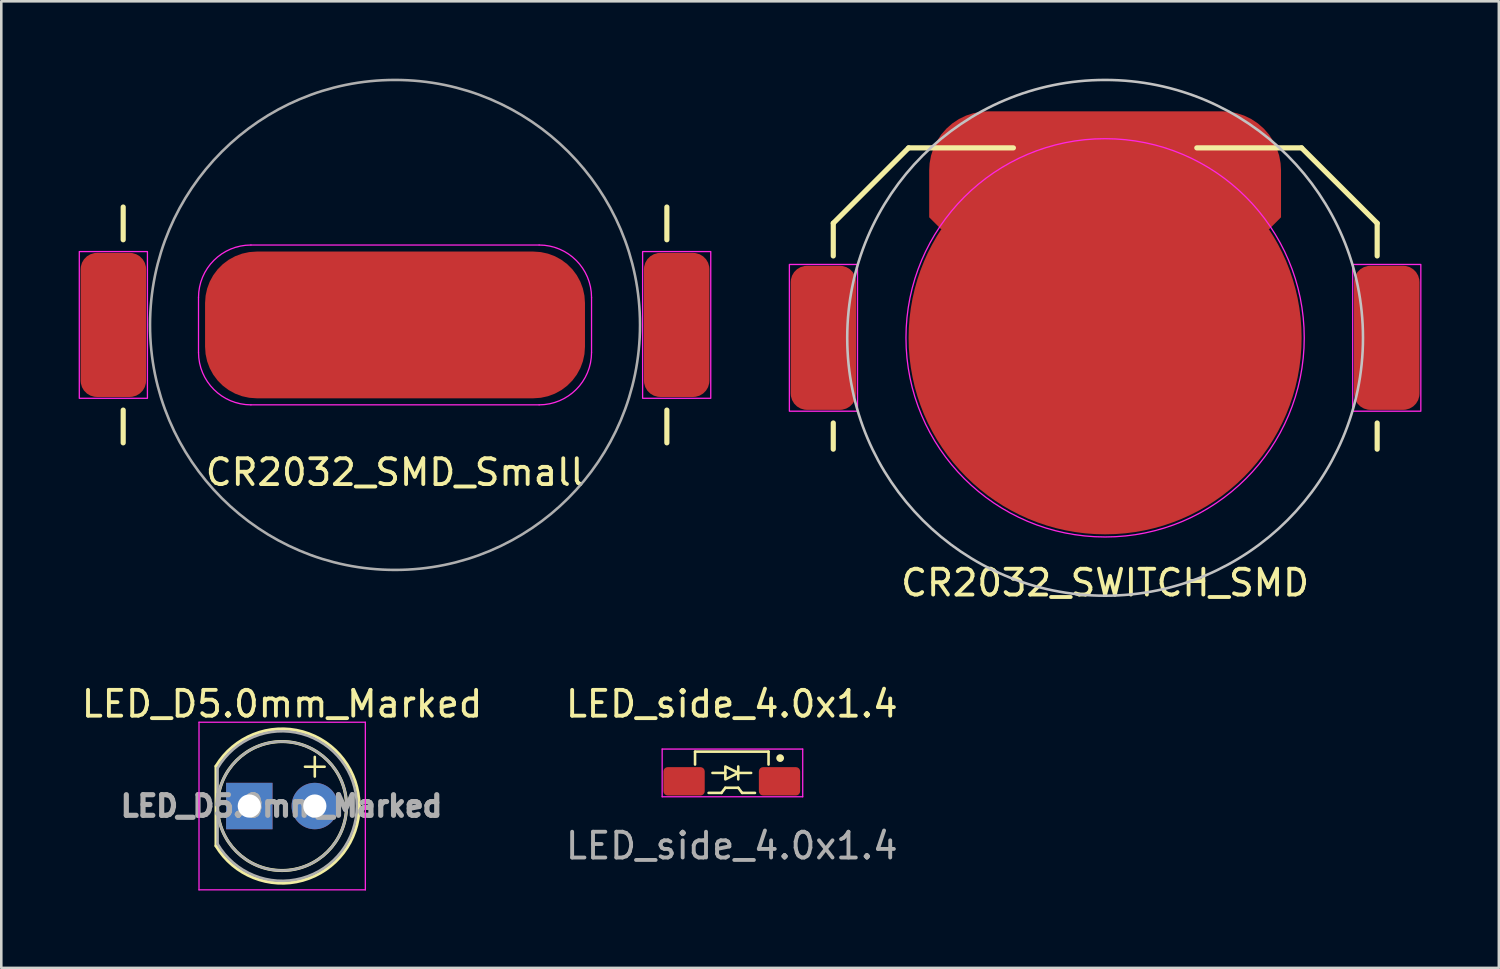
<source format=kicad_pcb>
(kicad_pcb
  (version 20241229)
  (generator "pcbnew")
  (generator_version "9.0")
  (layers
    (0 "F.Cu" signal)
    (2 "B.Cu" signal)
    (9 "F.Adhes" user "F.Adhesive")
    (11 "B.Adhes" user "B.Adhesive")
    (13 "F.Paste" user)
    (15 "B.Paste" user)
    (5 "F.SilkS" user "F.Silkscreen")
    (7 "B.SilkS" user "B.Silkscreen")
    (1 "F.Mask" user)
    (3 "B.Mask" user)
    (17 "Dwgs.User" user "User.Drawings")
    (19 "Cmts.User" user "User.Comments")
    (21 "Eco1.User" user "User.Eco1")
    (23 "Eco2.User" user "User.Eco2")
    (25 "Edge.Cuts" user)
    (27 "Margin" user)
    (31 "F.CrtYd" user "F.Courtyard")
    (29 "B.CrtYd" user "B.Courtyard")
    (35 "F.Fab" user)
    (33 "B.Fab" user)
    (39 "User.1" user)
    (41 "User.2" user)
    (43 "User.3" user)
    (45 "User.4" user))
  (footprint "LED_D5.0mm_Marked"
    (layer "F.Cu")
    (at 7.867 28.206)
    (property "Reference" "LED_D5.0mm_Marked" (at 0.02 -3.96 0) (layer "F.SilkS") (effects (font (size 1 1) (thickness 0.15))))
    (attr through_hole)
    (fp_line (start -2.54 -1.545) (end -2.54 1.545) (stroke (width 0.12) (type solid)) (layer "F.SilkS"))
    (fp_line (start 0.909 -1.524) (end 1.671 -1.524) (stroke (width 0.1) (type default)) (layer "F.SilkS"))
    (fp_line (start 1.29 -1.143) (end 1.29 -1.905) (stroke (width 0.1) (type default)) (layer "F.SilkS"))
    (fp_arc (start -2.54 -1.54483) (mid 0.822002 -2.880433) (end 3.01 0.000462) (stroke (width 0.12) (type solid)) (layer "F.SilkS"))
    (fp_arc (start 3.01 -0.000462) (mid 0.822002 2.880433) (end -2.54 1.54483) (stroke (width 0.12) (type solid)) (layer "F.SilkS"))
    (fp_circle (center 0.02 0) (end 2.52 0) (stroke (width 0.12) (type solid)) (fill no) (layer "F.SilkS"))
    (fp_line (start -3.2 -3.25) (end -3.2 3.25) (stroke (width 0.05) (type solid)) (layer "F.CrtYd"))
    (fp_line (start -3.2 3.25) (end 3.25 3.25) (stroke (width 0.05) (type solid)) (layer "F.CrtYd"))
    (fp_line (start 3.25 -3.25) (end -3.2 -3.25) (stroke (width 0.05) (type solid)) (layer "F.CrtYd"))
    (fp_line (start 3.25 3.25) (end 3.25 -3.25) (stroke (width 0.05) (type solid)) (layer "F.CrtYd"))
    (fp_line (start -2.48 -1.47) (end -2.48 1.47) (stroke (width 0.1) (type solid)) (layer "F.Fab"))
    (fp_arc (start -2.48 -1.469694) (mid 2.92 0.000016) (end -2.480016 1.469666) (stroke (width 0.1) (type solid)) (layer "F.Fab"))
    (fp_circle (center 0.02 0) (end 2.52 0) (stroke (width 0.1) (type solid)) (fill no) (layer "F.Fab"))
    (fp_text user "${REFERENCE}" (at 0 0 0) (layer "F.Fab") (effects (font (size 0.8 0.8) (thickness 0.2))))
    (pad "1" thru_hole rect (at -1.25 0) (size 1.8 1.8) (drill 0.9) (layers "*.Cu" "*.Mask"))
    (pad "2" thru_hole circle (at 1.29 0) (size 1.8 1.8) (drill 0.9) (layers "*.Cu" "*.Mask")))
  (footprint "LED_side_4.0x1.4"
    (layer "F.Cu")
    (at 25.327 27.247)
    (property "Reference" "LED_side_4.0x1.4" (at 0 -3 0) (unlocked yes) (layer "F.SilkS") (effects (font (size 1 1) (thickness 0.15))))
    (attr smd)
    (fp_line (start -1.425 -1.15) (end 1.425 -1.15) (stroke (width 0.1) (type default)) (layer "F.SilkS"))
    (fp_line (start -1.425 -0.65) (end -1.425 -1.15) (stroke (width 0.1) (type default)) (layer "F.SilkS"))
    (fp_line (start -0.9 0.45) (end -0.4 0.45) (stroke (width 0.1) (type default)) (layer "F.SilkS"))
    (fp_line (start -0.75 -0.325) (end -0.25 -0.325) (stroke (width 0.1) (type default)) (layer "F.SilkS"))
    (fp_line (start -0.4 0.45) (end -0.25 0.25) (stroke (width 0.1) (type default)) (layer "F.SilkS"))
    (fp_line (start -0.25 0.25) (end 0.25 0.25) (stroke (width 0.1) (type default)) (layer "F.SilkS"))
    (fp_line (start 0.25 -0.575) (end 0.25 -0.075) (stroke (width 0.1) (type default)) (layer "F.SilkS"))
    (fp_line (start 0.25 -0.325) (end 0.75 -0.325) (stroke (width 0.1) (type default)) (layer "F.SilkS"))
    (fp_line (start 0.4 0.45) (end 0.25 0.25) (stroke (width 0.1) (type default)) (layer "F.SilkS"))
    (fp_line (start 0.9 0.45) (end 0.4 0.45) (stroke (width 0.1) (type default)) (layer "F.SilkS"))
    (fp_line (start 1.425 -0.65) (end 1.425 -1.15) (stroke (width 0.1) (type default)) (layer "F.SilkS"))
    (fp_circle (center 1.875 -0.9) (end 1.875 -1) (stroke (width 0.1) (type default)) (fill yes) (layer "F.SilkS"))
    (fp_poly (pts (xy 0.25 -0.325) (xy -0.25 -0.075) (xy -0.25 -0.575)) (stroke (width 0.1) (type solid)) (fill no) (layer "F.SilkS"))
    (fp_line (start -2.7 -1.25) (end -2.7 0.6) (stroke (width 0.05) (type default)) (layer "F.CrtYd"))
    (fp_line (start -2.7 0.6) (end 2.75 0.6) (stroke (width 0.05) (type default)) (layer "F.CrtYd"))
    (fp_line (start 2.75 -1.25) (end -2.7 -1.25) (stroke (width 0.05) (type default)) (layer "F.CrtYd"))
    (fp_line (start 2.75 0.6) (end 2.75 -1.25) (stroke (width 0.05) (type default)) (layer "F.CrtYd"))
    (fp_text user "${REFERENCE}" (at 0 2.5 0) (unlocked yes) (layer "F.Fab") (effects (font (size 1 1) (thickness 0.15))))
    (pad "1" smd roundrect (at 1.85 0) (size 1.6 1.1) (layers "F.Cu" "F.Mask" "F.Paste") (roundrect_rratio 0.15))
    (pad "2" smd roundrect (at -1.85 0) (size 1.6 1.1) (layers "F.Cu" "F.Mask" "F.Paste") (roundrect_rratio 0.15)))
  (footprint "CR2032_SMD_Small"
    (layer "F.Cu")
    (at 12.268 9.55)
    (property "Reference" "CR2032_SMD_Small" (at 0 5.715 0) (unlocked yes) (layer "F.SilkS") (effects (font (size 1 1) (thickness 0.15))))
    (attr smd)
    (fp_line (start -10.541 -4.572) (end -10.541 -3.302) (stroke (width 0.2) (type default)) (layer "F.SilkS"))
    (fp_line (start -10.541 4.572) (end -10.541 3.302) (stroke (width 0.2) (type default)) (layer "F.SilkS"))
    (fp_line (start 10.541 -4.572) (end 10.541 -3.302) (stroke (width 0.2) (type default)) (layer "F.SilkS"))
    (fp_line (start 10.541 4.572) (end 10.541 3.302) (stroke (width 0.2) (type default)) (layer "F.SilkS"))
    (fp_line (start -7.62 -1.067) (end -7.62 1.067) (stroke (width 0.05) (type default)) (layer "F.CrtYd"))
    (fp_line (start -5.588 3.099) (end 5.588 3.099) (stroke (width 0.05) (type default)) (layer "F.CrtYd"))
    (fp_line (start 5.588 -3.099) (end -5.588 -3.099) (stroke (width 0.05) (type default)) (layer "F.CrtYd"))
    (fp_line (start 7.62 1.067) (end 7.62 -1.067) (stroke (width 0.05) (type default)) (layer "F.CrtYd"))
    (fp_rect (start -12.243 -2.845) (end -9.601 2.845) (stroke (width 0.05) (type default)) (fill no) (layer "F.CrtYd"))
    (fp_rect (start 9.601 -2.845) (end 12.243 2.845) (stroke (width 0.05) (type default)) (fill no) (layer "F.CrtYd"))
    (fp_arc (start -7.62 -1.0668) (mid -7.024841 -2.503641) (end -5.588 -3.0988) (stroke (width 0.05) (type default)) (layer "F.CrtYd"))
    (fp_arc (start -5.588 3.0988) (mid -7.024841 2.503641) (end -7.62 1.0668) (stroke (width 0.05) (type default)) (layer "F.CrtYd"))
    (fp_arc (start 5.588 -3.0988) (mid 7.024841 -2.503641) (end 7.62 -1.0668) (stroke (width 0.05) (type default)) (layer "F.CrtYd"))
    (fp_arc (start 7.62 1.0668) (mid 7.024841 2.503641) (end 5.588 3.0988) (stroke (width 0.05) (type default)) (layer "F.CrtYd"))
    (fp_circle (center 0 0) (end 9.5 0) (stroke (width 0.1) (type default)) (fill no) (layer "F.Fab"))
    (pad "1" smd roundrect (at -10.922 0) (size 2.54 5.588) (layers "F.Cu" "F.Mask" "F.Paste") (roundrect_rratio 0.25))
    (pad "1" smd roundrect (at 10.922 0) (size 2.54 5.588) (layers "F.Cu" "F.Mask" "F.Paste") (roundrect_rratio 0.25))
    (pad "2" smd roundrect (at 0 0) (size 14.732 5.69) (layers "F.Cu" "F.Mask" "F.Paste") (roundrect_rratio 0.351)))
  (footprint "CR2032_SWITCH_SMD"
    (layer "F.Cu")
    (at 39.803 10.05)
    (property "Reference" "CR2032_SWITCH_SMD" (at 0 9.5 0) (unlocked yes) (layer "F.SilkS") (effects (font (size 1 1) (thickness 0.15))))
    (attr smd)
    (fp_line (start -10.541 -4.445) (end -10.541 -3.175) (stroke (width 0.2) (type default)) (layer "F.SilkS"))
    (fp_line (start -10.541 3.302) (end -10.541 4.318) (stroke (width 0.2) (type default)) (layer "F.SilkS"))
    (fp_line (start -7.62 -7.366) (end -10.541 -4.445) (stroke (width 0.2) (type default)) (layer "F.SilkS"))
    (fp_line (start -7.62 -7.366) (end -3.556 -7.366) (stroke (width 0.2) (type default)) (layer "F.SilkS"))
    (fp_line (start 3.556 -7.366) (end 7.62 -7.366) (stroke (width 0.2) (type default)) (layer "F.SilkS"))
    (fp_line (start 7.62 -7.366) (end 10.55 -4.445) (stroke (width 0.2) (type default)) (layer "F.SilkS"))
    (fp_line (start 10.55 -4.445) (end 10.55 -3.175) (stroke (width 0.2) (type default)) (layer "F.SilkS"))
    (fp_line (start 10.55 3.302) (end 10.55 4.318) (stroke (width 0.2) (type default)) (layer "F.SilkS"))
    (fp_circle (center 0 0) (end 0 -10) (stroke (width 0.1) (type default)) (fill no) (layer "Dwgs.User"))
    (fp_rect (start -12.243 -2.845) (end -9.601 2.845) (stroke (width 0.05) (type default)) (fill no) (layer "F.CrtYd"))
    (fp_rect (start 9.601 -2.845) (end 12.243 2.845) (stroke (width 0.05) (type default)) (fill no) (layer "F.CrtYd"))
    (fp_circle (center 0 0) (end 0 -7.722) (stroke (width 0.05) (type default)) (fill no) (layer "F.CrtYd"))
    (pad "1" smd roundrect (at -10.922 0) (size 2.54 5.588) (layers "F.Cu" "F.Mask" "F.Paste") (roundrect_rratio 0.25))
    (pad "1" smd roundrect (at 10.922 0) (size 2.54 5.588) (layers "F.Cu" "F.Mask" "F.Paste") (roundrect_rratio 0.25))
    (pad "2" smd roundrect (at 0 -6.5) (size 13.643 4.566) (layers "F.Cu" "F.Mask" "F.Paste") (roundrect_rratio 0.5) (chamfer_ratio 0.1) (chamfer bottom_left bottom_right))
    (pad "2" smd circle (at 0 0) (size 15.24 15.24) (layers "F.Cu" "F.Mask" "F.Paste")))
  (gr_rect
    (start -3 -3)
    (end 55.071 34.481)
    (stroke (width 0.1) (type default))
    (fill no)
    (layer "Edge.Cuts")))
</source>
